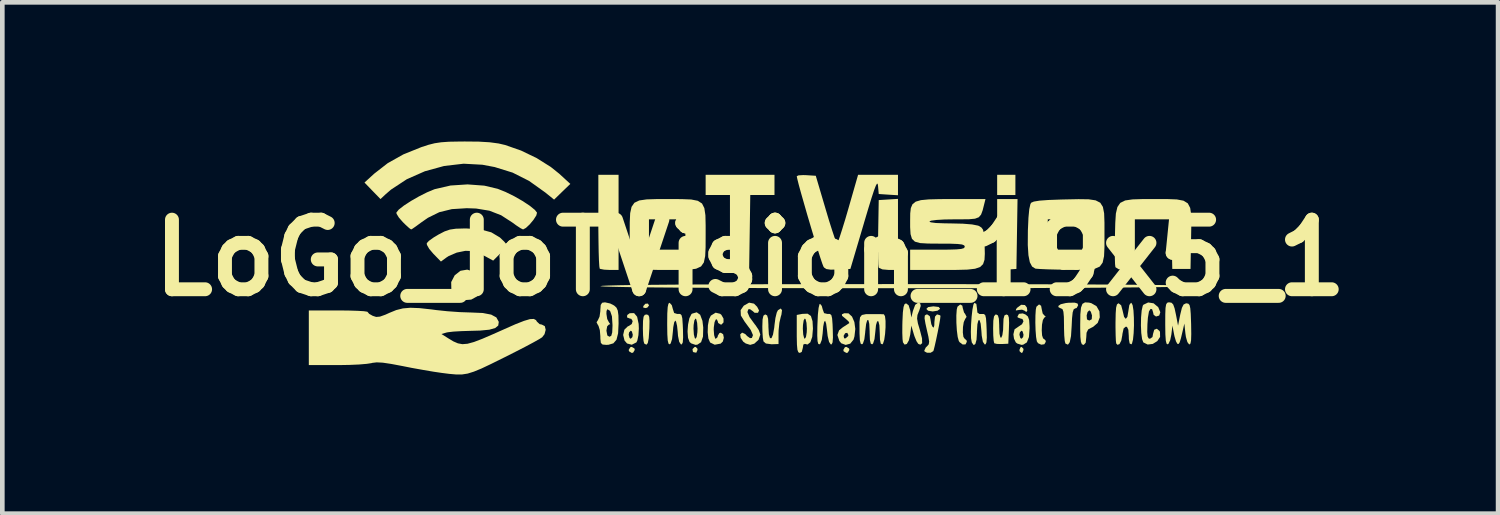
<source format=kicad_pcb>
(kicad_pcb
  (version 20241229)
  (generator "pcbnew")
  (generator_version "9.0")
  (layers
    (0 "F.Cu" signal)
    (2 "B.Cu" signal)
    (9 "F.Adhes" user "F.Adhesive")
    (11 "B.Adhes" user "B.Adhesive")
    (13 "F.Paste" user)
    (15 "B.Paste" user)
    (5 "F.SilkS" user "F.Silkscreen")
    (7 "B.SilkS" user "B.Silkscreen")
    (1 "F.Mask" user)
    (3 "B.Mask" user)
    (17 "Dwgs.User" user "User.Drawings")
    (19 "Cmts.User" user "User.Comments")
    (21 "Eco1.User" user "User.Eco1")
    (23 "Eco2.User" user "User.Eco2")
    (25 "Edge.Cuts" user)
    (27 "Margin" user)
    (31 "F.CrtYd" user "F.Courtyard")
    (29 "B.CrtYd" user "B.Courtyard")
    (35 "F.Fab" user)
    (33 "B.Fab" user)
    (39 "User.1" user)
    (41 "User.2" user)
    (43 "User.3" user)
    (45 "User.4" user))
  (footprint "LoGo_IoTVision_19x5_1"
    (layer "F.Cu")
    (at 13.121 2.507)
    (property "Reference" "LoGo_IoTVision_19x5_1" (at 0 0 0) (layer "F.SilkS") (effects (font (size 1.5 1.5) (thickness 0.3))))
    (attr board_only exclude_from_pos_files exclude_from_bom)
    (fp_poly (pts (xy -2.18 1.026) (xy -2.214 1.071) (xy -2.25 1.084) (xy -2.304 1.074) (xy -2.304 1.041) (xy -2.26 0.991) (xy -2.205 0.987)) (stroke (width 0) (type solid)) (fill yes) (layer "F.SilkS"))
    (fp_poly (pts (xy -2.495 1.955) (xy -2.488 1.986) (xy -2.523 2.044) (xy -2.553 2.051) (xy -2.611 2.016) (xy -2.619 1.986) (xy -2.584 1.928) (xy -2.553 1.92)) (stroke (width 0) (type solid)) (fill yes) (layer "F.SilkS"))
    (fp_poly (pts (xy -1.139 1.956) (xy -1.135 1.986) (xy -1.162 2.046) (xy -1.222 2.035) (xy -1.235 2.023) (xy -1.244 1.969) (xy -1.2 1.925) (xy -1.176 1.92)) (stroke (width 0) (type solid)) (fill yes) (layer "F.SilkS"))
    (fp_poly (pts (xy 2.131 1.955) (xy 2.138 1.986) (xy 2.104 2.044) (xy 2.073 2.051) (xy 2.015 2.016) (xy 2.008 1.986) (xy 2.042 1.928) (xy 2.073 1.92)) (stroke (width 0) (type solid)) (fill yes) (layer "F.SilkS"))
    (fp_poly (pts (xy 5.717 -1.571) (xy 5.717 -1.353) (xy 5.521 -1.353) (xy 5.324 -1.353) (xy 5.324 -1.571) (xy 5.324 -1.789) (xy 5.521 -1.789) (xy 5.717 -1.789)) (stroke (width 0) (type solid)) (fill yes) (layer "F.SilkS"))
    (fp_poly (pts (xy 5.887 1.956) (xy 5.892 1.986) (xy 5.868 2.044) (xy 5.848 2.051) (xy 5.809 2.016) (xy 5.804 1.986) (xy 5.828 1.928) (xy 5.848 1.92)) (stroke (width 0) (type solid)) (fill yes) (layer "F.SilkS"))
    (fp_poly (pts (xy 4.064 1.06) (xy 4.093 1.097) (xy 4.091 1.102) (xy 4.04 1.14) (xy 3.94 1.156) (xy 3.935 1.157) (xy 3.835 1.141) (xy 3.797 1.102) (xy 3.837 1.063) (xy 3.945 1.047) (xy 3.953 1.047)) (stroke (width 0) (type solid)) (fill yes) (layer "F.SilkS"))
    (fp_poly (pts (xy 5.922 1.018) (xy 5.964 1.071) (xy 5.974 1.14) (xy 5.951 1.169) (xy 5.918 1.142) (xy 5.86 1.118) (xy 5.794 1.125) (xy 5.726 1.136) (xy 5.732 1.107) (xy 5.755 1.077) (xy 5.842 1.013)) (stroke (width 0) (type solid)) (fill yes) (layer "F.SilkS"))
    (fp_poly (pts (xy 3.186 -0.504) (xy 3.186 0.262) (xy 2.988 0.262) (xy 2.85 0.25) (xy 2.775 0.216) (xy 2.769 0.206) (xy 2.762 0.144) (xy 2.758 0.012) (xy 2.756 -0.175) (xy 2.757 -0.4) (xy 2.759 -0.547) (xy 2.771 -1.244) (xy 2.979 -1.257) (xy 3.186 -1.27)) (stroke (width 0) (type solid)) (fill yes) (layer "F.SilkS"))
    (fp_poly (pts (xy 5.751 -0.513) (xy 5.739 0.24) (xy 5.563 0.253) (xy 5.444 0.254) (xy 5.366 0.241) (xy 5.356 0.235) (xy 5.345 0.183) (xy 5.336 0.059) (xy 5.33 -0.123) (xy 5.325 -0.346) (xy 5.324 -0.531) (xy 5.324 -1.266) (xy 5.544 -1.266) (xy 5.763 -1.266)) (stroke (width 0) (type solid)) (fill yes) (layer "F.SilkS"))
    (fp_poly (pts (xy -5.958 0.299) (xy -5.843 0.409) (xy -5.821 0.446) (xy -5.781 0.598) (xy -5.811 0.731) (xy -5.894 0.836) (xy -6.013 0.901) (xy -6.151 0.912) (xy -6.29 0.86) (xy -6.352 0.809) (xy -6.442 0.67) (xy -6.445 0.523) (xy -6.369 0.377) (xy -6.245 0.28) (xy -6.1 0.255)) (stroke (width 0) (type solid)) (fill yes) (layer "F.SilkS"))
    (fp_poly (pts (xy -2.837 -0.764) (xy -2.837 0.262) (xy -3.026 0.262) (xy -3.148 0.256) (xy -3.231 0.24) (xy -3.244 0.233) (xy -3.252 0.183) (xy -3.26 0.058) (xy -3.266 -0.129) (xy -3.27 -0.365) (xy -3.273 -0.637) (xy -3.273 -0.793) (xy -3.273 -1.789) (xy -3.055 -1.789) (xy -2.837 -1.789)) (stroke (width 0) (type solid)) (fill yes) (layer "F.SilkS"))
    (fp_poly (pts (xy 0.524 -1.571) (xy 0.524 -1.353) (xy 0.263 -1.353) (xy 0.002 -1.353) (xy -0.01 -0.556) (xy -0.022 0.24) (xy -0.229 0.253) (xy -0.436 0.267) (xy -0.436 -0.543) (xy -0.436 -1.353) (xy -0.698 -1.353) (xy -0.96 -1.353) (xy -0.96 -1.571) (xy -0.96 -1.789) (xy -0.218 -1.789) (xy 0.524 -1.789)) (stroke (width 0) (type solid)) (fill yes) (layer "F.SilkS"))
    (fp_poly (pts (xy -2.198 1.232) (xy -2.177 1.273) (xy -2.17 1.363) (xy -2.173 1.52) (xy -2.175 1.549) (xy -2.187 1.732) (xy -2.207 1.838) (xy -2.237 1.874) (xy -2.28 1.851) (xy -2.284 1.848) (xy -2.299 1.792) (xy -2.309 1.675) (xy -2.313 1.521) (xy -2.313 1.52) (xy -2.31 1.36) (xy -2.298 1.27) (xy -2.272 1.23) (xy -2.237 1.222)) (stroke (width 0) (type solid)) (fill yes) (layer "F.SilkS"))
    (fp_poly (pts (xy 4.573 1.032) (xy 4.582 1.082) (xy 4.61 1.179) (xy 4.635 1.213) (xy 4.665 1.273) (xy 4.635 1.318) (xy 4.604 1.386) (xy 4.587 1.493) (xy 4.584 1.61) (xy 4.596 1.704) (xy 4.624 1.746) (xy 4.626 1.746) (xy 4.665 1.781) (xy 4.67 1.811) (xy 4.642 1.867) (xy 4.58 1.869) (xy 4.514 1.819) (xy 4.497 1.793) (xy 4.473 1.706) (xy 4.455 1.566) (xy 4.445 1.401) (xy 4.444 1.241) (xy 4.453 1.115) (xy 4.468 1.055) (xy 4.527 1.006)) (stroke (width 0) (type solid)) (fill yes) (layer "F.SilkS"))
    (fp_poly (pts (xy 6.271 1.034) (xy 6.285 1.109) (xy 6.305 1.2) (xy 6.339 1.24) (xy 6.371 1.269) (xy 6.339 1.291) (xy 6.309 1.343) (xy 6.29 1.444) (xy 6.285 1.563) (xy 6.292 1.672) (xy 6.314 1.738) (xy 6.328 1.746) (xy 6.367 1.781) (xy 6.372 1.811) (xy 6.341 1.864) (xy 6.273 1.873) (xy 6.205 1.841) (xy 6.179 1.8) (xy 6.163 1.706) (xy 6.152 1.563) (xy 6.147 1.399) (xy 6.149 1.241) (xy 6.157 1.117) (xy 6.17 1.055) (xy 6.227 1.005)) (stroke (width 0) (type solid)) (fill yes) (layer "F.SilkS"))
    (fp_poly (pts (xy 7.056 0.985) (xy 7.07 1.023) (xy 7.037 1.083) (xy 7.006 1.091) (xy 6.974 1.11) (xy 6.952 1.176) (xy 6.938 1.303) (xy 6.93 1.469) (xy 6.916 1.686) (xy 6.889 1.82) (xy 6.85 1.873) (xy 6.796 1.849) (xy 6.795 1.848) (xy 6.781 1.794) (xy 6.77 1.674) (xy 6.765 1.512) (xy 6.765 1.455) (xy 6.762 1.273) (xy 6.752 1.163) (xy 6.732 1.107) (xy 6.699 1.091) (xy 6.696 1.091) (xy 6.645 1.064) (xy 6.644 1.037) (xy 6.695 1.001) (xy 6.805 0.975) (xy 6.866 0.969) (xy 6.995 0.967)) (stroke (width 0) (type solid)) (fill yes) (layer "F.SilkS"))
    (fp_poly (pts (xy -5.814 -0.612) (xy -5.581 -0.549) (xy -5.395 -0.438) (xy -5.305 -0.352) (xy -5.258 -0.295) (xy -5.252 -0.248) (xy -5.292 -0.189) (xy -5.38 -0.099) (xy -5.54 0.061) (xy -5.705 -0.029) (xy -5.837 -0.093) (xy -5.956 -0.139) (xy -5.979 -0.145) (xy -6.139 -0.15) (xy -6.325 -0.112) (xy -6.497 -0.039) (xy -6.548 -0.006) (xy -6.666 0.081) (xy -6.83 -0.087) (xy -6.918 -0.191) (xy -6.968 -0.278) (xy -6.972 -0.315) (xy -6.924 -0.366) (xy -6.822 -0.439) (xy -6.715 -0.503) (xy -6.587 -0.569) (xy -6.474 -0.608) (xy -6.345 -0.627) (xy -6.168 -0.632) (xy -6.11 -0.632)) (stroke (width 0) (type solid)) (fill yes) (layer "F.SilkS"))
    (fp_poly (pts (xy -1.078 1.228) (xy -1.029 1.359) (xy -1.012 1.503) (xy -1.017 1.698) (xy -1.058 1.819) (xy -1.137 1.872) (xy -1.178 1.877) (xy -1.271 1.845) (xy -1.306 1.815) (xy -1.34 1.726) (xy -1.35 1.59) (xy -1.346 1.527) (xy -1.222 1.527) (xy -1.214 1.652) (xy -1.194 1.731) (xy -1.178 1.746) (xy -1.153 1.706) (xy -1.138 1.606) (xy -1.135 1.527) (xy -1.143 1.403) (xy -1.163 1.324) (xy -1.178 1.309) (xy -1.203 1.349) (xy -1.219 1.449) (xy -1.222 1.527) (xy -1.346 1.527) (xy -1.339 1.438) (xy -1.311 1.303) (xy -1.267 1.216) (xy -1.255 1.205) (xy -1.153 1.175)) (stroke (width 0) (type solid)) (fill yes) (layer "F.SilkS"))
    (fp_poly (pts (xy 0.686 1.129) (xy 0.674 1.224) (xy 0.66 1.27) (xy 0.63 1.399) (xy 0.613 1.563) (xy 0.611 1.634) (xy 0.611 1.859) (xy 0.461 1.864) (xy 0.339 1.848) (xy 0.287 1.803) (xy 0.273 1.726) (xy 0.264 1.595) (xy 0.262 1.48) (xy 0.267 1.329) (xy 0.285 1.249) (xy 0.321 1.222) (xy 0.327 1.222) (xy 0.365 1.242) (xy 0.386 1.313) (xy 0.393 1.45) (xy 0.393 1.487) (xy 0.403 1.651) (xy 0.427 1.732) (xy 0.459 1.733) (xy 0.492 1.656) (xy 0.519 1.502) (xy 0.524 1.45) (xy 0.544 1.299) (xy 0.573 1.18) (xy 0.599 1.129) (xy 0.659 1.093)) (stroke (width 0) (type solid)) (fill yes) (layer "F.SilkS"))
    (fp_poly (pts (xy 5.558 1.236) (xy 5.576 1.291) (xy 5.581 1.402) (xy 5.577 1.537) (xy 5.564 1.852) (xy 5.425 1.859) (xy 5.321 1.857) (xy 5.262 1.843) (xy 5.261 1.842) (xy 5.249 1.79) (xy 5.24 1.675) (xy 5.237 1.522) (xy 5.237 1.52) (xy 5.241 1.357) (xy 5.256 1.264) (xy 5.284 1.226) (xy 5.303 1.222) (xy 5.34 1.242) (xy 5.361 1.313) (xy 5.368 1.451) (xy 5.368 1.486) (xy 5.374 1.637) (xy 5.393 1.716) (xy 5.412 1.724) (xy 5.436 1.668) (xy 5.452 1.555) (xy 5.455 1.459) (xy 5.461 1.317) (xy 5.481 1.243) (xy 5.521 1.222) (xy 5.523 1.222)) (stroke (width 0) (type solid)) (fill yes) (layer "F.SilkS"))
    (fp_poly (pts (xy -2.437 1.271) (xy -2.404 1.426) (xy -2.4 1.524) (xy -2.409 1.669) (xy -2.432 1.782) (xy -2.453 1.824) (xy -2.553 1.874) (xy -2.654 1.847) (xy -2.708 1.785) (xy -2.738 1.664) (xy -2.737 1.658) (xy -2.619 1.658) (xy -2.6 1.729) (xy -2.575 1.746) (xy -2.539 1.709) (xy -2.531 1.658) (xy -2.55 1.588) (xy -2.575 1.571) (xy -2.61 1.608) (xy -2.619 1.658) (xy -2.737 1.658) (xy -2.712 1.55) (xy -2.638 1.478) (xy -2.619 1.471) (xy -2.553 1.428) (xy -2.533 1.365) (xy -2.562 1.317) (xy -2.597 1.309) (xy -2.655 1.285) (xy -2.65 1.233) (xy -2.596 1.194) (xy -2.502 1.193)) (stroke (width 0) (type solid)) (fill yes) (layer "F.SilkS"))
    (fp_poly (pts (xy 2.119 1.197) (xy 2.195 1.267) (xy 2.246 1.385) (xy 2.266 1.534) (xy 2.248 1.695) (xy 2.227 1.765) (xy 2.157 1.851) (xy 2.058 1.878) (xy 1.962 1.842) (xy 1.922 1.792) (xy 1.886 1.683) (xy 2.014 1.683) (xy 2.025 1.736) (xy 2.058 1.736) (xy 2.112 1.688) (xy 2.117 1.666) (xy 2.093 1.617) (xy 2.047 1.626) (xy 2.014 1.683) (xy 1.886 1.683) (xy 1.88 1.664) (xy 1.916 1.564) (xy 1.997 1.498) (xy 2.086 1.441) (xy 2.137 1.407) (xy 2.138 1.407) (xy 2.122 1.373) (xy 2.056 1.313) (xy 2.051 1.309) (xy 1.981 1.251) (xy 1.977 1.219) (xy 2.026 1.196)) (stroke (width 0) (type solid)) (fill yes) (layer "F.SilkS"))
    (fp_poly (pts (xy -0.648 1.207) (xy -0.62 1.231) (xy -0.575 1.311) (xy -0.574 1.392) (xy -0.617 1.438) (xy -0.633 1.44) (xy -0.69 1.405) (xy -0.698 1.372) (xy -0.719 1.327) (xy -0.742 1.331) (xy -0.768 1.388) (xy -0.784 1.498) (xy -0.786 1.552) (xy -0.777 1.668) (xy -0.755 1.737) (xy -0.742 1.746) (xy -0.703 1.71) (xy -0.698 1.68) (xy -0.663 1.622) (xy -0.633 1.615) (xy -0.583 1.648) (xy -0.568 1.724) (xy -0.589 1.804) (xy -0.636 1.85) (xy -0.765 1.874) (xy -0.861 1.827) (xy -0.864 1.824) (xy -0.901 1.74) (xy -0.916 1.605) (xy -0.911 1.455) (xy -0.886 1.322) (xy -0.848 1.247) (xy -0.745 1.183)) (stroke (width 0) (type solid)) (fill yes) (layer "F.SilkS"))
    (fp_poly (pts (xy 1.309 1.254) (xy 1.344 1.367) (xy 1.353 1.527) (xy 1.338 1.704) (xy 1.297 1.821) (xy 1.235 1.87) (xy 1.18 1.856) (xy 1.146 1.87) (xy 1.135 1.94) (xy 1.112 2.029) (xy 1.069 2.051) (xy 1.038 2.036) (xy 1.018 1.982) (xy 1.008 1.873) (xy 1.004 1.695) (xy 1.004 1.642) (xy 1.004 1.527) (xy 1.135 1.527) (xy 1.143 1.652) (xy 1.163 1.731) (xy 1.178 1.746) (xy 1.203 1.706) (xy 1.219 1.606) (xy 1.222 1.527) (xy 1.214 1.403) (xy 1.194 1.324) (xy 1.178 1.309) (xy 1.153 1.349) (xy 1.138 1.449) (xy 1.135 1.527) (xy 1.004 1.527) (xy 1.004 1.232) (xy 1.124 1.209) (xy 1.238 1.205)) (stroke (width 0) (type solid)) (fill yes) (layer "F.SilkS"))
    (fp_poly (pts (xy 1.543 1.037) (xy 1.563 1.111) (xy 1.593 1.193) (xy 1.667 1.211) (xy 1.672 1.21) (xy 1.72 1.211) (xy 1.75 1.237) (xy 1.766 1.306) (xy 1.776 1.436) (xy 1.78 1.543) (xy 1.784 1.72) (xy 1.776 1.823) (xy 1.757 1.865) (xy 1.737 1.867) (xy 1.7 1.812) (xy 1.67 1.685) (xy 1.657 1.568) (xy 1.638 1.421) (xy 1.616 1.359) (xy 1.594 1.381) (xy 1.574 1.483) (xy 1.562 1.633) (xy 1.543 1.771) (xy 1.51 1.854) (xy 1.493 1.866) (xy 1.468 1.856) (xy 1.452 1.797) (xy 1.446 1.678) (xy 1.448 1.486) (xy 1.45 1.433) (xy 1.459 1.228) (xy 1.475 1.08) (xy 1.494 1.001) (xy 1.506 0.992)) (stroke (width 0) (type solid)) (fill yes) (layer "F.SilkS"))
    (fp_poly (pts (xy 4.095 1.24) (xy 4.102 1.255) (xy 4.094 1.325) (xy 4.072 1.45) (xy 4.042 1.604) (xy 4.009 1.763) (xy 3.978 1.901) (xy 3.955 1.991) (xy 3.947 2.012) (xy 3.891 2.046) (xy 3.813 2.047) (xy 3.759 2.019) (xy 3.753 2.001) (xy 3.784 1.935) (xy 3.817 1.903) (xy 3.849 1.865) (xy 3.858 1.806) (xy 3.842 1.701) (xy 3.817 1.593) (xy 3.777 1.414) (xy 3.759 1.304) (xy 3.764 1.246) (xy 3.793 1.224) (xy 3.819 1.222) (xy 3.872 1.259) (xy 3.885 1.32) (xy 3.904 1.43) (xy 3.928 1.484) (xy 3.956 1.506) (xy 3.969 1.454) (xy 3.971 1.386) (xy 3.984 1.268) (xy 4.024 1.223) (xy 4.037 1.222)) (stroke (width 0) (type solid)) (fill yes) (layer "F.SilkS"))
    (fp_poly (pts (xy 5.934 1.222) (xy 5.986 1.265) (xy 6.013 1.34) (xy 6.022 1.47) (xy 6.023 1.52) (xy 6.009 1.709) (xy 5.964 1.824) (xy 5.885 1.873) (xy 5.848 1.877) (xy 5.756 1.848) (xy 5.726 1.824) (xy 5.687 1.744) (xy 5.675 1.658) (xy 5.804 1.658) (xy 5.823 1.729) (xy 5.848 1.746) (xy 5.884 1.709) (xy 5.892 1.658) (xy 5.873 1.588) (xy 5.848 1.571) (xy 5.813 1.608) (xy 5.804 1.658) (xy 5.675 1.658) (xy 5.674 1.649) (xy 5.699 1.542) (xy 5.783 1.484) (xy 5.86 1.432) (xy 5.891 1.368) (xy 5.869 1.32) (xy 5.826 1.309) (xy 5.768 1.287) (xy 5.761 1.268) (xy 5.794 1.208) (xy 5.875 1.199)) (stroke (width 0) (type solid)) (fill yes) (layer "F.SilkS"))
    (fp_poly (pts (xy 7.303 0.966) (xy 7.353 0.978) (xy 7.466 1.044) (xy 7.528 1.154) (xy 7.536 1.283) (xy 7.491 1.404) (xy 7.391 1.49) (xy 7.371 1.499) (xy 7.286 1.544) (xy 7.251 1.615) (xy 7.245 1.712) (xy 7.233 1.829) (xy 7.193 1.875) (xy 7.179 1.877) (xy 7.149 1.862) (xy 7.129 1.809) (xy 7.118 1.704) (xy 7.114 1.532) (xy 7.114 1.439) (xy 7.117 1.242) (xy 7.253 1.242) (xy 7.26 1.329) (xy 7.31 1.353) (xy 7.363 1.325) (xy 7.368 1.242) (xy 7.342 1.16) (xy 7.31 1.132) (xy 7.273 1.169) (xy 7.253 1.242) (xy 7.117 1.242) (xy 7.117 1.22) (xy 7.131 1.075) (xy 7.162 0.993) (xy 7.218 0.961)) (stroke (width 0) (type solid)) (fill yes) (layer "F.SilkS"))
    (fp_poly (pts (xy 8.991 -1.266) (xy 9.197 -1.258) (xy 9.34 -1.231) (xy 9.433 -1.174) (xy 9.485 -1.075) (xy 9.507 -0.922) (xy 9.509 -0.704) (xy 9.504 -0.424) (xy 9.492 0.24) (xy 9.296 0.24) (xy 9.099 0.24) (xy 9.087 -0.295) (xy 9.075 -0.829) (xy 8.684 -0.829) (xy 8.292 -0.829) (xy 8.292 -0.284) (xy 8.292 0.262) (xy 8.094 0.262) (xy 7.945 0.247) (xy 7.875 0.204) (xy 7.873 0.2) (xy 7.865 0.135) (xy 7.861 0.002) (xy 7.859 -0.184) (xy 7.862 -0.404) (xy 7.863 -0.481) (xy 7.87 -0.753) (xy 7.883 -0.954) (xy 7.916 -1.094) (xy 7.978 -1.184) (xy 8.083 -1.236) (xy 8.242 -1.259) (xy 8.466 -1.266) (xy 8.712 -1.266)) (stroke (width 0) (type solid)) (fill yes) (layer "F.SilkS"))
    (fp_poly (pts (xy -5.851 -2.504) (xy -5.614 -2.49) (xy -5.422 -2.464) (xy -5.281 -2.431) (xy -4.94 -2.312) (xy -4.602 -2.149) (xy -4.298 -1.958) (xy -4.117 -1.813) (xy -3.877 -1.593) (xy -4.052 -1.424) (xy -4.227 -1.254) (xy -4.416 -1.407) (xy -4.766 -1.657) (xy -5.121 -1.836) (xy -5.508 -1.956) (xy -5.772 -2.006) (xy -6.178 -2.028) (xy -6.598 -1.979) (xy -7.013 -1.865) (xy -7.401 -1.694) (xy -7.742 -1.47) (xy -7.858 -1.37) (xy -7.969 -1.266) (xy -8.142 -1.444) (xy -8.314 -1.622) (xy -8.105 -1.813) (xy -7.813 -2.04) (xy -7.476 -2.229) (xy -7.092 -2.384) (xy -6.937 -2.435) (xy -6.802 -2.469) (xy -6.662 -2.49) (xy -6.493 -2.502) (xy -6.271 -2.506) (xy -6.154 -2.507)) (stroke (width 0) (type solid)) (fill yes) (layer "F.SilkS"))
    (fp_poly (pts (xy 4.875 0.994) (xy 4.888 1.087) (xy 4.898 1.181) (xy 4.941 1.212) (xy 4.986 1.211) (xy 5.035 1.211) (xy 5.066 1.235) (xy 5.083 1.302) (xy 5.092 1.428) (xy 5.097 1.543) (xy 5.101 1.72) (xy 5.093 1.823) (xy 5.074 1.865) (xy 5.054 1.867) (xy 5.016 1.811) (xy 4.991 1.677) (xy 4.984 1.577) (xy 4.968 1.419) (xy 4.944 1.343) (xy 4.919 1.349) (xy 4.898 1.432) (xy 4.888 1.592) (xy 4.888 1.617) (xy 4.879 1.767) (xy 4.854 1.858) (xy 4.819 1.882) (xy 4.78 1.83) (xy 4.776 1.819) (xy 4.761 1.733) (xy 4.757 1.596) (xy 4.762 1.432) (xy 4.774 1.264) (xy 4.791 1.116) (xy 4.812 1.01) (xy 4.833 0.971)) (stroke (width 0) (type solid)) (fill yes) (layer "F.SilkS"))
    (fp_poly (pts (xy -1.735 0.971) (xy -1.689 1.023) (xy -1.667 1.104) (xy -1.639 1.19) (xy -1.572 1.211) (xy -1.557 1.21) (xy -1.509 1.211) (xy -1.48 1.237) (xy -1.463 1.306) (xy -1.454 1.436) (xy -1.449 1.543) (xy -1.446 1.72) (xy -1.453 1.823) (xy -1.473 1.865) (xy -1.493 1.867) (xy -1.53 1.811) (xy -1.556 1.683) (xy -1.562 1.6) (xy -1.576 1.467) (xy -1.597 1.377) (xy -1.615 1.353) (xy -1.638 1.392) (xy -1.658 1.495) (xy -1.667 1.6) (xy -1.684 1.753) (xy -1.714 1.846) (xy -1.735 1.866) (xy -1.76 1.852) (xy -1.777 1.785) (xy -1.786 1.652) (xy -1.789 1.445) (xy -1.789 1.418) (xy -1.787 1.202) (xy -1.778 1.062) (xy -1.762 0.989) (xy -1.738 0.97)) (stroke (width 0) (type solid)) (fill yes) (layer "F.SilkS"))
    (fp_poly (pts (xy 3.664 0.981) (xy 3.677 1.036) (xy 3.643 1.142) (xy 3.64 1.147) (xy 3.606 1.232) (xy 3.598 1.31) (xy 3.615 1.412) (xy 3.659 1.56) (xy 3.704 1.736) (xy 3.707 1.841) (xy 3.668 1.873) (xy 3.624 1.856) (xy 3.586 1.8) (xy 3.542 1.693) (xy 3.527 1.646) (xy 3.473 1.462) (xy 3.45 1.655) (xy 3.42 1.782) (xy 3.376 1.858) (xy 3.328 1.871) (xy 3.293 1.822) (xy 3.284 1.753) (xy 3.279 1.62) (xy 3.28 1.448) (xy 3.282 1.371) (xy 3.291 1.179) (xy 3.306 1.06) (xy 3.328 0.999) (xy 3.36 0.982) (xy 3.36 0.982) (xy 3.415 1.023) (xy 3.45 1.135) (xy 3.474 1.287) (xy 3.508 1.146) (xy 3.557 1.014) (xy 3.62 0.968)) (stroke (width 0) (type solid)) (fill yes) (layer "F.SilkS"))
    (fp_poly (pts (xy 8.696 0.981) (xy 8.793 1.062) (xy 8.797 1.067) (xy 8.841 1.174) (xy 8.817 1.245) (xy 8.748 1.266) (xy 8.697 1.229) (xy 8.685 1.175) (xy 8.664 1.108) (xy 8.63 1.102) (xy 8.596 1.157) (xy 8.573 1.293) (xy 8.563 1.433) (xy 8.559 1.599) (xy 8.567 1.695) (xy 8.589 1.738) (xy 8.618 1.746) (xy 8.672 1.708) (xy 8.685 1.637) (xy 8.71 1.551) (xy 8.766 1.529) (xy 8.823 1.577) (xy 8.834 1.599) (xy 8.836 1.705) (xy 8.776 1.796) (xy 8.679 1.856) (xy 8.569 1.87) (xy 8.475 1.824) (xy 8.448 1.753) (xy 8.43 1.621) (xy 8.423 1.457) (xy 8.426 1.287) (xy 8.439 1.137) (xy 8.462 1.035) (xy 8.475 1.013) (xy 8.579 0.963)) (stroke (width 0) (type solid)) (fill yes) (layer "F.SilkS"))
    (fp_poly (pts (xy 0.082 0.988) (xy 0.15 1.056) (xy 0.191 1.135) (xy 0.171 1.181) (xy 0.163 1.186) (xy 0.095 1.185) (xy 0.057 1.151) (xy -0.005 1.107) (xy -0.041 1.111) (xy -0.06 1.17) (xy -0.013 1.28) (xy 0.099 1.434) (xy 0.116 1.454) (xy 0.185 1.558) (xy 0.218 1.65) (xy 0.218 1.659) (xy 0.18 1.768) (xy 0.089 1.851) (xy 0 1.877) (xy -0.096 1.847) (xy -0.15 1.808) (xy -0.205 1.725) (xy -0.215 1.651) (xy -0.176 1.615) (xy -0.168 1.615) (xy -0.104 1.646) (xy -0.066 1.687) (xy -0.003 1.732) (xy 0.037 1.728) (xy 0.06 1.667) (xy 0.012 1.555) (xy -0.107 1.393) (xy -0.116 1.382) (xy -0.201 1.244) (xy -0.206 1.128) (xy -0.138 1.032) (xy -0.023 0.967)) (stroke (width 0) (type solid)) (fill yes) (layer "F.SilkS"))
    (fp_poly (pts (xy 8.218 0.972) (xy 8.244 1.021) (xy 8.262 1.135) (xy 8.271 1.289) (xy 8.273 1.46) (xy 8.266 1.626) (xy 8.252 1.764) (xy 8.23 1.849) (xy 8.216 1.866) (xy 8.18 1.847) (xy 8.163 1.754) (xy 8.161 1.684) (xy 8.152 1.551) (xy 8.123 1.491) (xy 8.098 1.484) (xy 8.05 1.523) (xy 8.024 1.643) (xy 8.022 1.666) (xy 8 1.784) (xy 7.961 1.86) (xy 7.917 1.876) (xy 7.89 1.846) (xy 7.883 1.79) (xy 7.878 1.667) (xy 7.875 1.5) (xy 7.875 1.397) (xy 7.879 1.199) (xy 7.888 1.074) (xy 7.906 1.006) (xy 7.934 0.983) (xy 7.943 0.982) (xy 7.997 1.024) (xy 8.03 1.146) (xy 8.03 1.147) (xy 8.06 1.274) (xy 8.096 1.316) (xy 8.131 1.273) (xy 8.153 1.145) (xy 8.153 1.143) (xy 8.173 1.017) (xy 8.208 0.971)) (stroke (width 0) (type solid)) (fill yes) (layer "F.SilkS"))
    (fp_poly (pts (xy -5.73 -1.555) (xy -5.443 -1.487) (xy -5.273 -1.419) (xy -5.088 -1.328) (xy -4.908 -1.225) (xy -4.752 -1.122) (xy -4.641 -1.032) (xy -4.595 -0.973) (xy -4.61 -0.913) (xy -4.67 -0.82) (xy -4.751 -0.722) (xy -4.834 -0.644) (xy -4.895 -0.611) (xy -4.896 -0.611) (xy -4.947 -0.636) (xy -5.043 -0.699) (xy -5.125 -0.759) (xy -5.369 -0.917) (xy -5.621 -1.015) (xy -5.908 -1.062) (xy -6.11 -1.069) (xy -6.431 -1.049) (xy -6.701 -0.983) (xy -6.947 -0.862) (xy -7.095 -0.759) (xy -7.205 -0.678) (xy -7.283 -0.624) (xy -7.309 -0.611) (xy -7.349 -0.639) (xy -7.428 -0.711) (xy -7.486 -0.768) (xy -7.572 -0.866) (xy -7.622 -0.947) (xy -7.627 -0.975) (xy -7.576 -1.038) (xy -7.465 -1.125) (xy -7.313 -1.224) (xy -7.14 -1.323) (xy -6.966 -1.411) (xy -6.81 -1.476) (xy -6.797 -1.48) (xy -6.46 -1.558) (xy -6.092 -1.582)) (stroke (width 0) (type solid)) (fill yes) (layer "F.SilkS"))
    (fp_poly (pts (xy 2.706 1.214) (xy 2.815 1.215) (xy 2.882 1.218) (xy 2.906 1.259) (xy 2.918 1.361) (xy 2.918 1.497) (xy 2.908 1.641) (xy 2.89 1.767) (xy 2.864 1.849) (xy 2.848 1.866) (xy 2.815 1.85) (xy 2.798 1.767) (xy 2.793 1.618) (xy 2.785 1.454) (xy 2.764 1.37) (xy 2.737 1.369) (xy 2.712 1.451) (xy 2.697 1.6) (xy 2.68 1.753) (xy 2.65 1.846) (xy 2.629 1.866) (xy 2.599 1.85) (xy 2.581 1.771) (xy 2.575 1.618) (xy 2.575 1.588) (xy 2.567 1.423) (xy 2.548 1.343) (xy 2.523 1.345) (xy 2.499 1.428) (xy 2.48 1.591) (xy 2.479 1.611) (xy 2.461 1.757) (xy 2.431 1.847) (xy 2.411 1.866) (xy 2.382 1.851) (xy 2.364 1.775) (xy 2.357 1.627) (xy 2.357 1.553) (xy 2.356 1.384) (xy 2.368 1.283) (xy 2.408 1.233) (xy 2.494 1.215) (xy 2.645 1.214)) (stroke (width 0) (type solid)) (fill yes) (layer "F.SilkS"))
    (fp_poly (pts (xy 7.295 -1.261) (xy 7.447 -1.238) (xy 7.546 -1.187) (xy 7.603 -1.097) (xy 7.63 -0.957) (xy 7.637 -0.758) (xy 7.637 -0.502) (xy 7.637 -0.232) (xy 7.628 -0.034) (xy 7.598 0.103) (xy 7.536 0.189) (xy 7.43 0.236) (xy 7.268 0.256) (xy 7.039 0.258) (xy 6.841 0.257) (xy 6.612 0.254) (xy 6.41 0.249) (xy 6.254 0.242) (xy 6.161 0.235) (xy 6.147 0.233) (xy 6.077 0.189) (xy 6.028 0.096) (xy 5.998 -0.055) (xy 5.984 -0.275) (xy 5.986 -0.571) (xy 5.986 -0.583) (xy 5.997 -0.829) (xy 6.415 -0.829) (xy 6.415 -0.502) (xy 6.415 -0.175) (xy 6.808 -0.175) (xy 7.201 -0.175) (xy 7.201 -0.502) (xy 7.201 -0.829) (xy 6.808 -0.829) (xy 6.415 -0.829) (xy 5.997 -0.829) (xy 5.998 -0.857) (xy 6.016 -1.048) (xy 6.041 -1.159) (xy 6.057 -1.187) (xy 6.115 -1.212) (xy 6.237 -1.232) (xy 6.429 -1.246) (xy 6.7 -1.256) (xy 6.785 -1.258) (xy 7.078 -1.264)) (stroke (width 0) (type solid)) (fill yes) (layer "F.SilkS"))
    (fp_poly (pts (xy -1.48 -1.265) (xy -1.273 -1.257) (xy -1.13 -1.229) (xy -1.038 -1.17) (xy -0.988 -1.07) (xy -0.965 -0.917) (xy -0.96 -0.7) (xy -0.96 -0.502) (xy -0.961 -0.233) (xy -0.97 -0.036) (xy -0.999 0.101) (xy -1.06 0.187) (xy -1.166 0.236) (xy -1.326 0.257) (xy -1.554 0.262) (xy -1.763 0.262) (xy -2.015 0.261) (xy -2.195 0.256) (xy -2.319 0.246) (xy -2.403 0.228) (xy -2.461 0.202) (xy -2.494 0.178) (xy -2.535 0.141) (xy -2.563 0.097) (xy -2.581 0.03) (xy -2.591 -0.075) (xy -2.596 -0.234) (xy -2.597 -0.462) (xy -2.597 -0.502) (xy -2.596 -0.766) (xy -2.593 -0.829) (xy -2.182 -0.829) (xy -2.182 -0.502) (xy -2.182 -0.175) (xy -1.789 -0.175) (xy -1.397 -0.175) (xy -1.397 -0.502) (xy -1.397 -0.829) (xy -1.789 -0.829) (xy -2.182 -0.829) (xy -2.593 -0.829) (xy -2.587 -0.962) (xy -2.557 -1.098) (xy -2.496 -1.186) (xy -2.391 -1.236) (xy -2.232 -1.259) (xy -2.006 -1.266) (xy -1.763 -1.266)) (stroke (width 0) (type solid)) (fill yes) (layer "F.SilkS"))
    (fp_poly (pts (xy 3.186 -1.569) (xy 3.186 -1.348) (xy 2.979 -1.361) (xy 2.771 -1.375) (xy 2.756 -1.549) (xy 2.748 -1.594) (xy 2.733 -1.598) (xy 2.708 -1.553) (xy 2.67 -1.454) (xy 2.617 -1.293) (xy 2.546 -1.062) (xy 2.454 -0.754) (xy 2.451 -0.742) (xy 2.16 0.24) (xy 1.89 0.253) (xy 1.734 0.256) (xy 1.643 0.243) (xy 1.593 0.21) (xy 1.578 0.187) (xy 1.552 0.119) (xy 1.507 -0.016) (xy 1.448 -0.204) (xy 1.379 -0.429) (xy 1.305 -0.675) (xy 1.23 -0.928) (xy 1.16 -1.173) (xy 1.097 -1.393) (xy 1.047 -1.575) (xy 1.015 -1.703) (xy 1.004 -1.759) (xy 1.043 -1.777) (xy 1.142 -1.783) (xy 1.209 -1.781) (xy 1.414 -1.768) (xy 1.63 -1.037) (xy 1.701 -0.799) (xy 1.766 -0.594) (xy 1.819 -0.435) (xy 1.856 -0.334) (xy 1.872 -0.305) (xy 1.893 -0.345) (xy 1.932 -0.456) (xy 1.986 -0.624) (xy 2.051 -0.835) (xy 2.113 -1.047) (xy 2.326 -1.789) (xy 2.756 -1.789) (xy 3.186 -1.789)) (stroke (width 0) (type solid)) (fill yes) (layer "F.SilkS"))
    (fp_poly (pts (xy -3.018 0.985) (xy -2.934 1.028) (xy -2.883 1.074) (xy -2.854 1.138) (xy -2.84 1.243) (xy -2.837 1.411) (xy -2.837 1.418) (xy -2.847 1.628) (xy -2.882 1.766) (xy -2.949 1.844) (xy -3.055 1.875) (xy -3.102 1.877) (xy -3.182 1.87) (xy -3.219 1.835) (xy -3.229 1.746) (xy -3.23 1.689) (xy -3.24 1.571) (xy -3.099 1.571) (xy -3.079 1.675) (xy -3.033 1.702) (xy -2.995 1.682) (xy -2.974 1.609) (xy -2.968 1.469) (xy -2.968 1.446) (xy -2.98 1.261) (xy -3.016 1.154) (xy -3.033 1.135) (xy -3.079 1.109) (xy -3.097 1.148) (xy -3.099 1.208) (xy -3.082 1.319) (xy -3.046 1.388) (xy -3.016 1.431) (xy -3.046 1.44) (xy -3.083 1.478) (xy -3.099 1.571) (xy -3.099 1.571) (xy -3.24 1.571) (xy -3.241 1.56) (xy -3.27 1.466) (xy -3.282 1.449) (xy -3.312 1.39) (xy -3.282 1.344) (xy -3.247 1.268) (xy -3.23 1.149) (xy -3.23 1.126) (xy -3.222 1.017) (xy -3.191 0.969) (xy -3.13 0.96)) (stroke (width 0) (type solid)) (fill yes) (layer "F.SilkS"))
    (fp_poly (pts (xy 9.083 0.969) (xy 9.119 1.007) (xy 9.149 1.091) (xy 9.181 1.24) (xy 9.19 1.287) (xy 9.223 1.462) (xy 9.271 1.222) (xy 9.306 1.08) (xy 9.343 1.007) (xy 9.394 0.982) (xy 9.406 0.982) (xy 9.445 0.989) (xy 9.471 1.019) (xy 9.487 1.088) (xy 9.497 1.211) (xy 9.504 1.404) (xy 9.505 1.433) (xy 9.508 1.643) (xy 9.504 1.777) (xy 9.491 1.848) (xy 9.468 1.868) (xy 9.461 1.866) (xy 9.424 1.816) (xy 9.393 1.707) (xy 9.382 1.633) (xy 9.359 1.418) (xy 9.324 1.571) (xy 9.286 1.732) (xy 9.258 1.823) (xy 9.234 1.858) (xy 9.209 1.855) (xy 9.179 1.802) (xy 9.147 1.695) (xy 9.137 1.647) (xy 9.102 1.462) (xy 9.079 1.655) (xy 9.054 1.776) (xy 9.017 1.854) (xy 9.001 1.866) (xy 8.976 1.852) (xy 8.959 1.785) (xy 8.95 1.652) (xy 8.947 1.444) (xy 8.947 1.422) (xy 8.948 1.216) (xy 8.953 1.083) (xy 8.966 1.006) (xy 8.988 0.97) (xy 9.022 0.96) (xy 9.031 0.96)) (stroke (width 0) (type solid)) (fill yes) (layer "F.SilkS"))
    (fp_poly (pts (xy 4.149 0.568) (xy 5.067 0.569) (xy 5.899 0.57) (xy 6.645 0.572) (xy 7.304 0.575) (xy 7.877 0.578) (xy 8.364 0.582) (xy 8.763 0.586) (xy 9.076 0.591) (xy 9.302 0.597) (xy 9.44 0.603) (xy 9.492 0.61) (xy 9.492 0.611) (xy 9.446 0.617) (xy 9.318 0.622) (xy 9.116 0.628) (xy 8.844 0.632) (xy 8.508 0.636) (xy 8.116 0.64) (xy 7.671 0.644) (xy 7.181 0.647) (xy 6.651 0.649) (xy 6.087 0.652) (xy 5.495 0.653) (xy 4.881 0.655) (xy 4.251 0.656) (xy 3.61 0.656) (xy 2.965 0.656) (xy 2.322 0.656) (xy 1.686 0.655) (xy 1.063 0.654) (xy 0.46 0.653) (xy -0.118 0.651) (xy -0.665 0.648) (xy -1.176 0.645) (xy -1.643 0.642) (xy -2.062 0.639) (xy -2.426 0.635) (xy -2.729 0.63) (xy -2.966 0.625) (xy -3.131 0.62) (xy -3.218 0.614) (xy -3.23 0.611) (xy -3.186 0.604) (xy -3.055 0.598) (xy -2.838 0.592) (xy -2.534 0.587) (xy -2.145 0.583) (xy -1.669 0.579) (xy -1.108 0.575) (xy -0.461 0.573) (xy 0.27 0.57) (xy 1.086 0.569) (xy 1.987 0.568) (xy 2.971 0.567) (xy 3.145 0.567)) (stroke (width 0) (type solid)) (fill yes) (layer "F.SilkS"))
    (fp_poly (pts (xy 5.045 -1.158) (xy 5.011 -1.023) (xy 4.977 -0.931) (xy 4.928 -0.874) (xy 4.847 -0.843) (xy 4.719 -0.831) (xy 4.527 -0.829) (xy 4.412 -0.829) (xy 4.194 -0.826) (xy 4.02 -0.816) (xy 3.904 -0.801) (xy 3.862 -0.786) (xy 3.891 -0.765) (xy 4.002 -0.75) (xy 4.191 -0.743) (xy 4.329 -0.741) (xy 4.586 -0.735) (xy 4.784 -0.719) (xy 4.91 -0.694) (xy 4.932 -0.686) (xy 4.985 -0.652) (xy 5.019 -0.605) (xy 5.038 -0.524) (xy 5.048 -0.389) (xy 5.054 -0.261) (xy 5.058 -0.086) (xy 5.051 0.044) (xy 5.02 0.137) (xy 4.956 0.199) (xy 4.848 0.236) (xy 4.684 0.255) (xy 4.455 0.261) (xy 4.163 0.262) (xy 3.448 0.262) (xy 3.448 0.044) (xy 3.448 -0.175) (xy 4.037 -0.175) (xy 4.278 -0.176) (xy 4.445 -0.181) (xy 4.55 -0.191) (xy 4.606 -0.208) (xy 4.625 -0.233) (xy 4.626 -0.24) (xy 4.613 -0.268) (xy 4.566 -0.287) (xy 4.471 -0.298) (xy 4.315 -0.304) (xy 4.085 -0.305) (xy 4.082 -0.305) (xy 3.835 -0.307) (xy 3.663 -0.317) (xy 3.551 -0.348) (xy 3.487 -0.409) (xy 3.457 -0.51) (xy 3.448 -0.661) (xy 3.448 -0.802) (xy 3.45 -0.957) (xy 3.463 -1.072) (xy 3.499 -1.155) (xy 3.568 -1.21) (xy 3.681 -1.243) (xy 3.85 -1.259) (xy 4.086 -1.265) (xy 4.357 -1.266) (xy 5.072 -1.266)) (stroke (width 0) (type solid)) (fill yes) (layer "F.SilkS"))
    (fp_poly (pts (xy -7.127 1.085) (xy -6.871 1.113) (xy -6.765 1.127) (xy -6.528 1.152) (xy -6.262 1.171) (xy -6.025 1.179) (xy -6.023 1.179) (xy -5.764 1.19) (xy -5.583 1.225) (xy -5.472 1.285) (xy -5.422 1.375) (xy -5.42 1.387) (xy -5.431 1.461) (xy -5.496 1.514) (xy -5.624 1.55) (xy -5.822 1.569) (xy -6.036 1.575) (xy -6.228 1.581) (xy -6.397 1.591) (xy -6.517 1.605) (xy -6.546 1.611) (xy -6.655 1.643) (xy -6.503 1.739) (xy -6.396 1.803) (xy -6.301 1.844) (xy -6.204 1.862) (xy -6.093 1.853) (xy -5.954 1.815) (xy -5.773 1.746) (xy -5.537 1.644) (xy -5.31 1.543) (xy -5.06 1.432) (xy -4.876 1.36) (xy -4.748 1.322) (xy -4.665 1.318) (xy -4.617 1.343) (xy -4.598 1.375) (xy -4.539 1.43) (xy -4.491 1.44) (xy -4.427 1.473) (xy -4.408 1.552) (xy -4.433 1.647) (xy -4.484 1.713) (xy -4.546 1.753) (xy -4.673 1.824) (xy -4.851 1.919) (xy -5.067 2.03) (xy -5.307 2.151) (xy -5.318 2.156) (xy -5.586 2.289) (xy -5.793 2.387) (xy -5.956 2.454) (xy -6.09 2.496) (xy -6.212 2.515) (xy -6.34 2.515) (xy -6.489 2.502) (xy -6.654 2.481) (xy -6.823 2.456) (xy -7.046 2.418) (xy -7.292 2.374) (xy -7.488 2.335) (xy -7.737 2.288) (xy -7.918 2.261) (xy -8.049 2.254) (xy -8.145 2.265) (xy -8.165 2.271) (xy -8.264 2.286) (xy -8.428 2.3) (xy -8.637 2.309) (xy -8.869 2.313) (xy -8.914 2.313) (xy -9.514 2.313) (xy -9.514 1.724) (xy -9.514 1.135) (xy -8.881 1.135) (xy -8.658 1.137) (xy -8.468 1.143) (xy -8.329 1.151) (xy -8.256 1.162) (xy -8.248 1.167) (xy -8.213 1.208) (xy -8.137 1.251) (xy -8.062 1.275) (xy -7.98 1.268) (xy -7.863 1.226) (xy -7.777 1.187) (xy -7.63 1.127) (xy -7.486 1.091) (xy -7.325 1.077)) (stroke (width 0) (type solid)) (fill yes) (layer "F.SilkS")))
  (gr_rect
    (start -3 -3)
    (end 29.243 8.022)
    (stroke (width 0.1) (type default))
    (fill no)
    (layer "Edge.Cuts")))
</source>
